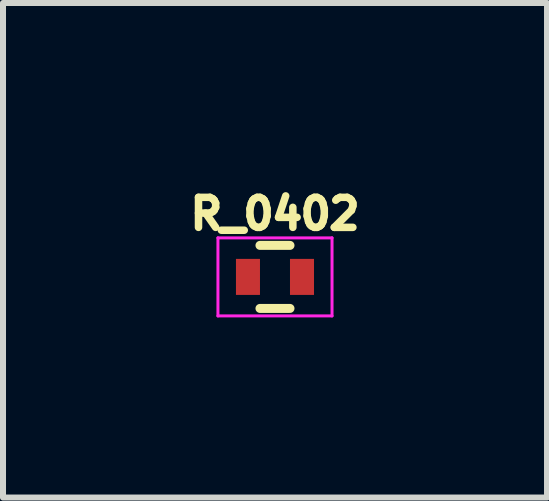
<source format=kicad_pcb>
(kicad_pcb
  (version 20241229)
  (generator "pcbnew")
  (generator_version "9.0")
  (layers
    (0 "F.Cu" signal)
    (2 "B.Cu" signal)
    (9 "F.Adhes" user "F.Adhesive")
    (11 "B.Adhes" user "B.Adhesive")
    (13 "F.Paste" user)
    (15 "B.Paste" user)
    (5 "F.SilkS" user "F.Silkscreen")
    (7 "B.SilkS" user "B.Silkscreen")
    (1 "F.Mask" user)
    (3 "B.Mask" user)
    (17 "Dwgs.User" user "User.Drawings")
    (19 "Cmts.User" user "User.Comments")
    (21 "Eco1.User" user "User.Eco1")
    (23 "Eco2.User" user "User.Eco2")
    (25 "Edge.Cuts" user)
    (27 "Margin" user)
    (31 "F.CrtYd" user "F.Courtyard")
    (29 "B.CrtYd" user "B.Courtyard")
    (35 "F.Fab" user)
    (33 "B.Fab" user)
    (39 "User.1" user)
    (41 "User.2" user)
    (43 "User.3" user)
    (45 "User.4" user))
  (footprint "R_0402"
    (layer "F.Cu")
    (at 1.53 1.562)
    (property "Reference" "R_0402" (at 0 -1.05 180) (layer "F.SilkS") (effects (font (size 0.5 0.5) (thickness 0.125))))
    (attr smd)
    (fp_line (start -0.25 0.525) (end 0.25 0.525) (stroke (width 0.15) (type solid)) (layer "F.SilkS"))
    (fp_line (start 0.25 -0.525) (end -0.25 -0.525) (stroke (width 0.15) (type solid)) (layer "F.SilkS"))
    (fp_line (start -0.95 -0.65) (end -0.95 0.65) (stroke (width 0.05) (type solid)) (layer "F.CrtYd"))
    (fp_line (start -0.95 -0.65) (end 0.95 -0.65) (stroke (width 0.05) (type solid)) (layer "F.CrtYd"))
    (fp_line (start -0.95 0.65) (end 0.95 0.65) (stroke (width 0.05) (type solid)) (layer "F.CrtYd"))
    (fp_line (start 0.95 -0.65) (end 0.95 0.65) (stroke (width 0.05) (type solid)) (layer "F.CrtYd"))
    (pad "1" smd rect (at -0.45 0) (size 0.4 0.6) (layers "F.Cu" "F.Mask" "F.Paste"))
    (pad "2" smd rect (at 0.45 0) (size 0.4 0.6) (layers "F.Cu" "F.Mask" "F.Paste")))
  (gr_rect
    (start -3 -3)
    (end 6.061 5.237)
    (stroke (width 0.1) (type default))
    (fill no)
    (layer "Edge.Cuts")))
</source>
